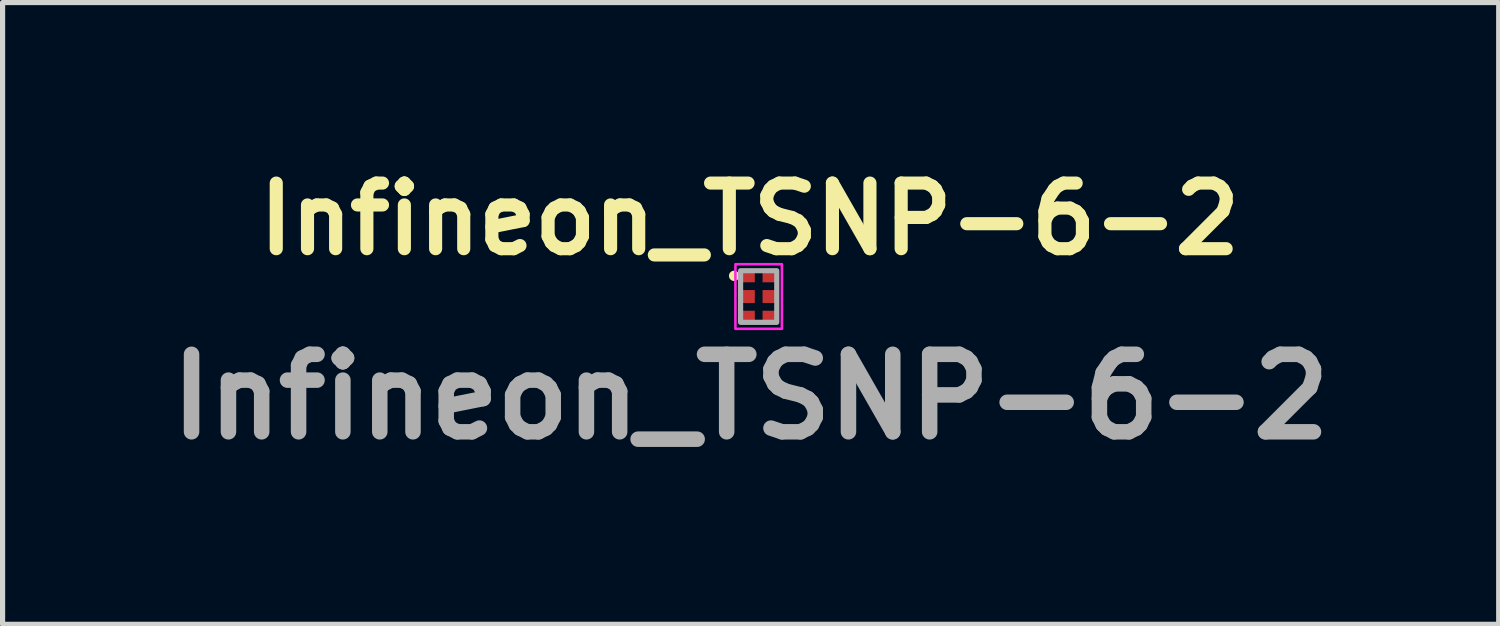
<source format=kicad_pcb>
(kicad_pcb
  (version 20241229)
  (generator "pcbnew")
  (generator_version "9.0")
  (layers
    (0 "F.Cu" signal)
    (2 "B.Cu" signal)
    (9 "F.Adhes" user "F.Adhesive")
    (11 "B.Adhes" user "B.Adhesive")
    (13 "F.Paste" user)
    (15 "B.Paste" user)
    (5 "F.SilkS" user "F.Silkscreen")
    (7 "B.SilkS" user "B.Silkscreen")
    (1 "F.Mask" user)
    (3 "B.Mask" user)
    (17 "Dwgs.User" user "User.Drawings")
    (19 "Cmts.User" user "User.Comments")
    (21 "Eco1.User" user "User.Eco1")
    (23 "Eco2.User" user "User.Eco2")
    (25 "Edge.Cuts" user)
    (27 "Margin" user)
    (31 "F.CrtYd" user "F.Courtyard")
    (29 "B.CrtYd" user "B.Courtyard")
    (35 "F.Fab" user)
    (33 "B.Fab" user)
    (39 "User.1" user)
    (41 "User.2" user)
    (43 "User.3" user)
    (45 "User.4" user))
  (footprint "Infineon_TSNP-6-2"
    (layer "F.Cu")
    (at 11.459 2.689)
    (property "Reference" "Infineon_TSNP-6-2" (at 0 -1.5 0) (layer "F.SilkS") (effects (font (size 1.27 1.27) (thickness 0.254))))
    (attr smd)
    (fp_line (start -0.3 -0.4) (end -0.3 -0.4) (stroke (width 0.2) (type solid)) (layer "F.SilkS"))
    (fp_poly (pts (xy -0.275 0.625) (xy 0.625 0.625) (xy 0.625 -0.625) (xy -0.275 -0.625)) (stroke (width 0.05) (type solid)) (fill no) (layer "F.CrtYd"))
    (fp_poly (pts (xy -0.175 0.5) (xy 0.525 0.5) (xy 0.525 -0.5) (xy -0.175 -0.5)) (stroke (width 0.1) (type solid)) (fill no) (layer "F.Fab"))
    (fp_text user "${REFERENCE}" (at 0.02 1.94 0) (unlocked yes) (layer "F.Fab") (effects (font (size 1.5 1.5) (thickness 0.3) (bold yes))))
    (pad "1" smd rect (at -0.025 -0.4 90) (size 0.25 0.25) (layers "F.Cu" "F.Mask" "F.Paste"))
    (pad "2" smd rect (at -0.025 0 90) (size 0.25 0.25) (layers "F.Cu" "F.Mask" "F.Paste"))
    (pad "3" smd rect (at -0.025 0.4 90) (size 0.25 0.25) (layers "F.Cu" "F.Mask" "F.Paste"))
    (pad "4" smd rect (at 0.375 0.4 90) (size 0.25 0.25) (layers "F.Cu" "F.Mask" "F.Paste"))
    (pad "5" smd rect (at 0.375 0 90) (size 0.25 0.25) (layers "F.Cu" "F.Mask" "F.Paste"))
    (pad "6" smd rect (at 0.375 -0.4 90) (size 0.25 0.25) (layers "F.Cu" "F.Mask" "F.Paste")))
  (gr_rect
    (start -3 -3)
    (end 25.957 9.033)
    (stroke (width 0.1) (type default))
    (fill no)
    (layer "Edge.Cuts")))
</source>
